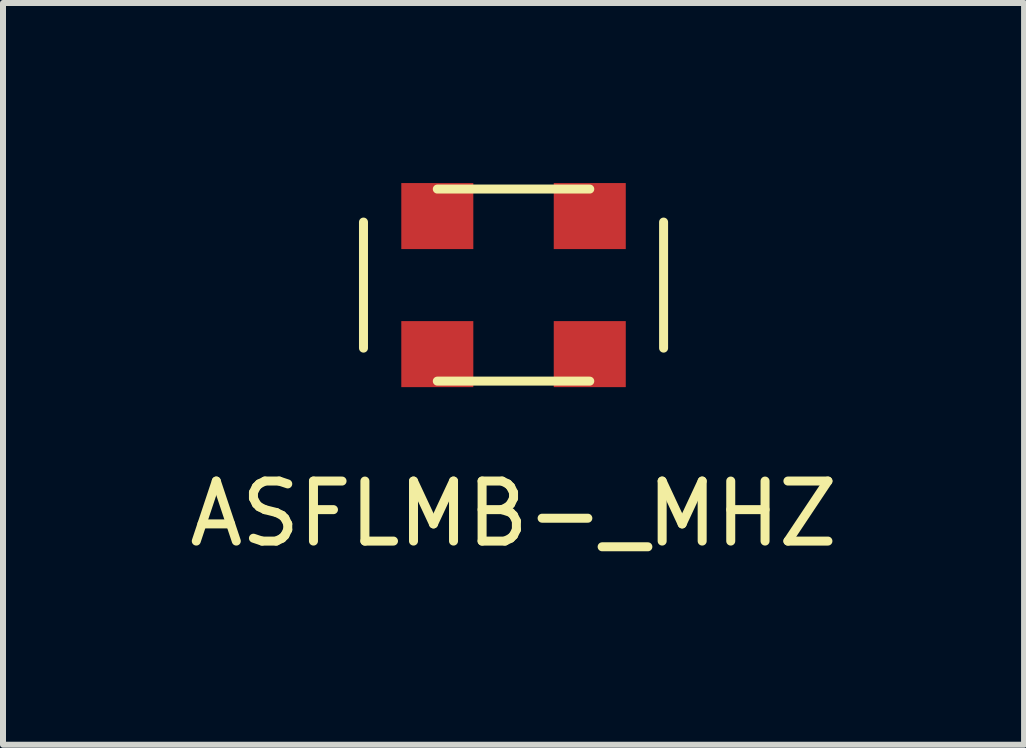
<source format=kicad_pcb>
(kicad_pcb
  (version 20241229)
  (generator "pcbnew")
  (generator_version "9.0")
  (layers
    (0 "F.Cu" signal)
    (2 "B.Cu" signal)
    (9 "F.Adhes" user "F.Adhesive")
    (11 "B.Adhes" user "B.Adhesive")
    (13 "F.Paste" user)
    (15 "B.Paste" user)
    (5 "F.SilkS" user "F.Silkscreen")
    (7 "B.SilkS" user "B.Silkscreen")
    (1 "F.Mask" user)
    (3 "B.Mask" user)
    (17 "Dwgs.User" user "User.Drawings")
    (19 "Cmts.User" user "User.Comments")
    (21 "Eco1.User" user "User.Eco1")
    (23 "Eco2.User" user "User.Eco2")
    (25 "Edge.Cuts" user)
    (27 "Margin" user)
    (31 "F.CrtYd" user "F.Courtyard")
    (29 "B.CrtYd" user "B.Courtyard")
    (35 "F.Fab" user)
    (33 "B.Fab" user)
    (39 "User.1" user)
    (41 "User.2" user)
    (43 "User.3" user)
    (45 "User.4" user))
  (footprint "ASFLMB-_MHZ"
    (layer "F.Cu")
    (at 5.506 1.7)
    (property "Reference" "ASFLMB-_MHZ" (at 0 3.81 0) (layer "F.SilkS") (effects (font (size 1 1) (thickness 0.15))))
    (attr through_hole)
    (fp_line (start -2.5 -1.05) (end -2.5 1.05) (stroke (width 0.15) (type solid)) (layer "F.SilkS"))
    (fp_line (start -1.27 1.6) (end 1.27 1.6) (stroke (width 0.15) (type solid)) (layer "F.SilkS"))
    (fp_line (start 1.27 -1.6) (end -1.27 -1.6) (stroke (width 0.15) (type solid)) (layer "F.SilkS"))
    (fp_line (start 2.5 1.05) (end 2.5 -1.05) (stroke (width 0.15) (type solid)) (layer "F.SilkS"))
    (pad "1" smd rect (at -1.27 1.15) (size 1.2 1.1) (layers "F.Cu" "F.Mask" "F.Paste"))
    (pad "2" smd rect (at 1.27 1.15) (size 1.2 1.1) (layers "F.Cu" "F.Mask" "F.Paste"))
    (pad "3" smd rect (at 1.27 -1.15) (size 1.2 1.1) (layers "F.Cu" "F.Mask" "F.Paste"))
    (pad "4" smd rect (at -1.27 -1.15) (size 1.2 1.1) (layers "F.Cu" "F.Mask" "F.Paste")))
  (gr_rect
    (start -3 -3)
    (end 14.012 9.358)
    (stroke (width 0.1) (type default))
    (fill no)
    (layer "Edge.Cuts")))
</source>
